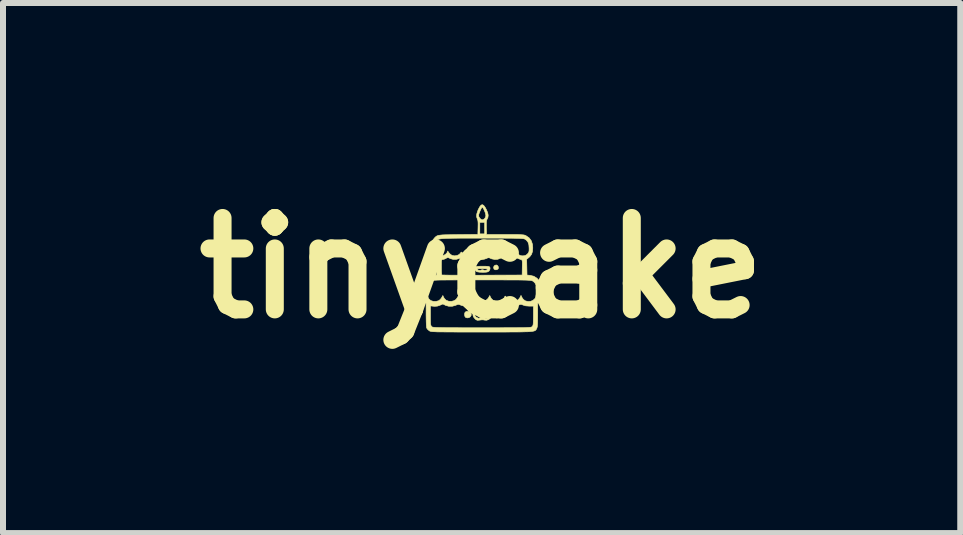
<source format=kicad_pcb>
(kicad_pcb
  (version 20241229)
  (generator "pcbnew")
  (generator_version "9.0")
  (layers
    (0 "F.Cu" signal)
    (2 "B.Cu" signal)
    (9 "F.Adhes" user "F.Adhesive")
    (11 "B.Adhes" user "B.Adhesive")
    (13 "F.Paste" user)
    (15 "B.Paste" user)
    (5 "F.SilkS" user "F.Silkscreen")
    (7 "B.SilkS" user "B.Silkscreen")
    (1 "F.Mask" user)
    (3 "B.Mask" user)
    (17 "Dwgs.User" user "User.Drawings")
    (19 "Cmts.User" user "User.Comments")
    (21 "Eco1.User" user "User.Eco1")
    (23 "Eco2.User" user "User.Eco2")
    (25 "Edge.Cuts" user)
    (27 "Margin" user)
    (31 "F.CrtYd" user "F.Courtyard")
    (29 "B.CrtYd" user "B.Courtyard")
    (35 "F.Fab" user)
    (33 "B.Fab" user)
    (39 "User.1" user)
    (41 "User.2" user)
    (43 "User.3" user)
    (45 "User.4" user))
  (footprint "tinycake"
    (layer "F.Cu")
    (at 4.978 1.418)
    (property "Reference" "tinycake" (at 0 0 0) (layer "F.SilkS") (effects (font (size 1.524 1.524) (thickness 0.3))))
    (attr through_hole)
    (fp_poly (pts (xy 0.265 -0.042) (xy 0.278 -0.022) (xy 0.28 0.001) (xy 0.275 0.015) (xy 0.253 0.028) (xy 0.228 0.029) (xy 0.208 0.018) (xy 0.205 0.013) (xy 0.2 -0.015) (xy 0.212 -0.038) (xy 0.237 -0.05) (xy 0.247 -0.051) (xy 0.265 -0.042)) (stroke (width 0.01) (type solid)) (fill yes) (layer "F.SilkS"))
    (fp_poly (pts (xy -0.22 0.723) (xy -0.194 0.733) (xy -0.189 0.737) (xy -0.173 0.763) (xy -0.174 0.79) (xy -0.188 0.812) (xy -0.211 0.827) (xy -0.24 0.831) (xy -0.267 0.822) (xy -0.279 0.805) (xy -0.284 0.777) (xy -0.281 0.75) (xy -0.272 0.734) (xy -0.25 0.723) (xy -0.22 0.723)) (stroke (width 0.01) (type solid)) (fill yes) (layer "F.SilkS"))
    (fp_poly (pts (xy -0.201 -0.046) (xy -0.181 -0.033) (xy -0.173 -0.012) (xy -0.179 0.012) (xy -0.185 0.018) (xy -0.204 0.028) (xy -0.229 0.03) (xy -0.247 0.024) (xy -0.247 0.024) (xy -0.252 0.009) (xy -0.254 -0.012) (xy -0.249 -0.035) (xy -0.232 -0.046) (xy -0.228 -0.047) (xy -0.201 -0.046)) (stroke (width 0.01) (type solid)) (fill yes) (layer "F.SilkS"))
    (fp_poly (pts (xy 0.292 0.734) (xy 0.298 0.74) (xy 0.312 0.767) (xy 0.31 0.794) (xy 0.296 0.816) (xy 0.273 0.829) (xy 0.245 0.831) (xy 0.219 0.82) (xy 0.205 0.798) (xy 0.201 0.769) (xy 0.21 0.741) (xy 0.213 0.737) (xy 0.236 0.724) (xy 0.265 0.723) (xy 0.292 0.734)) (stroke (width 0.01) (type solid)) (fill yes) (layer "F.SilkS"))
    (fp_poly (pts (xy 0.063 -0.03) (xy 0.098 -0.028) (xy 0.122 -0.025) (xy 0.126 -0.024) (xy 0.139 -0.01) (xy 0.141 0.014) (xy 0.131 0.039) (xy 0.122 0.051) (xy 0.108 0.061) (xy 0.09 0.067) (xy 0.061 0.07) (xy 0.018 0.071) (xy -0.036 0.069) (xy -0.072 0.063) (xy -0.088 0.056) (xy -0.106 0.036) (xy -0.113 0.021) (xy -0.074 0.021) (xy -0.071 0.025) (xy -0.049 0.038) (xy -0.02 0.039) (xy -0.001 0.031) (xy 0.02 0.029) (xy 0.031 0.033) (xy 0.05 0.038) (xy 0.074 0.037) (xy 0.094 0.03) (xy 0.102 0.02) (xy 0.092 0.015) (xy 0.066 0.012) (xy 0.027 0.01) (xy 0.009 0.01) (xy -0.035 0.011) (xy -0.061 0.012) (xy -0.073 0.015) (xy -0.074 0.021) (xy -0.113 0.021) (xy -0.117 0.011) (xy -0.117 -0.011) (xy -0.11 -0.022) (xy -0.094 -0.025) (xy -0.064 -0.028) (xy -0.024 -0.03) (xy 0.02 -0.03) (xy 0.063 -0.03)) (stroke (width 0.01) (type solid)) (fill yes) (layer "F.SilkS"))
    (fp_poly (pts (xy 0.07 0.747) (xy 0.113 0.748) (xy 0.141 0.749) (xy 0.158 0.752) (xy 0.167 0.757) (xy 0.171 0.764) (xy 0.171 0.765) (xy 0.168 0.801) (xy 0.15 0.833) (xy 0.121 0.857) (xy 0.085 0.87) (xy 0.057 0.869) (xy 0.027 0.864) (xy 0.000177 0.864) (xy -0.033 0.868) (xy -0.042 0.869) (xy -0.069 0.871) (xy -0.091 0.863) (xy -0.11 0.847) (xy -0.136 0.814) (xy -0.142 0.791) (xy -0.113 0.791) (xy -0.105 0.805) (xy -0.085 0.822) (xy -0.053 0.837) (xy -0.021 0.832) (xy -0.001 0.818) (xy 0.012 0.81) (xy 0.027 0.815) (xy 0.041 0.825) (xy 0.062 0.838) (xy 0.08 0.839) (xy 0.098 0.832) (xy 0.121 0.814) (xy 0.13 0.795) (xy 0.131 0.785) (xy 0.128 0.779) (xy 0.117 0.775) (xy 0.095 0.773) (xy 0.06 0.772) (xy 0.011 0.772) (xy -0.047 0.773) (xy -0.086 0.776) (xy -0.108 0.782) (xy -0.113 0.791) (xy -0.142 0.791) (xy -0.145 0.782) (xy -0.147 0.747) (xy 0.01 0.747) (xy 0.07 0.747)) (stroke (width 0.01) (type solid)) (fill yes) (layer "F.SilkS"))
    (fp_poly (pts (xy 0.036 -1.043) (xy 0.06 -1.01) (xy 0.079 -0.975) (xy 0.101 -0.923) (xy 0.11 -0.881) (xy 0.106 -0.845) (xy 0.094 -0.819) (xy 0.086 -0.803) (xy 0.081 -0.782) (xy 0.079 -0.752) (xy 0.079 -0.708) (xy 0.079 -0.674) (xy 0.083 -0.559) (xy 0.392 -0.559) (xy 0.481 -0.559) (xy 0.551 -0.558) (xy 0.606 -0.558) (xy 0.648 -0.556) (xy 0.679 -0.554) (xy 0.701 -0.552) (xy 0.718 -0.548) (xy 0.731 -0.543) (xy 0.74 -0.539) (xy 0.792 -0.503) (xy 0.828 -0.455) (xy 0.848 -0.395) (xy 0.853 -0.335) (xy 0.848 -0.275) (xy 0.832 -0.228) (xy 0.803 -0.189) (xy 0.788 -0.176) (xy 0.751 -0.146) (xy 0.757 0.117) (xy 0.808 0.122) (xy 0.87 0.137) (xy 0.922 0.169) (xy 0.96 0.212) (xy 0.973 0.231) (xy 0.981 0.248) (xy 0.987 0.267) (xy 0.989 0.294) (xy 0.99 0.331) (xy 0.991 0.38) (xy 0.99 0.433) (xy 0.989 0.47) (xy 0.986 0.496) (xy 0.981 0.515) (xy 0.972 0.533) (xy 0.963 0.547) (xy 0.935 0.589) (xy 0.935 0.783) (xy 0.934 0.855) (xy 0.933 0.91) (xy 0.931 0.95) (xy 0.928 0.978) (xy 0.923 0.998) (xy 0.919 1.006) (xy 0.914 1.017) (xy 0.909 1.026) (xy 0.903 1.034) (xy 0.894 1.041) (xy 0.882 1.047) (xy 0.865 1.052) (xy 0.842 1.056) (xy 0.811 1.059) (xy 0.771 1.062) (xy 0.722 1.063) (xy 0.66 1.065) (xy 0.586 1.066) (xy 0.498 1.066) (xy 0.395 1.067) (xy 0.275 1.067) (xy 0.138 1.067) (xy 0.003 1.067) (xy -0.147 1.067) (xy -0.279 1.067) (xy -0.392 1.067) (xy -0.49 1.066) (xy -0.572 1.066) (xy -0.641 1.065) (xy -0.697 1.065) (xy -0.743 1.064) (xy -0.779 1.062) (xy -0.807 1.061) (xy -0.828 1.059) (xy -0.843 1.057) (xy -0.854 1.054) (xy -0.862 1.051) (xy -0.869 1.048) (xy -0.871 1.046) (xy -0.896 1.026) (xy -0.913 1.003) (xy -0.915 1) (xy -0.918 0.982) (xy -0.921 0.947) (xy -0.923 0.899) (xy -0.924 0.843) (xy -0.925 0.781) (xy -0.925 0.631) (xy -0.853 0.631) (xy -0.853 0.793) (xy -0.853 0.855) (xy -0.852 0.899) (xy -0.851 0.93) (xy -0.847 0.95) (xy -0.842 0.963) (xy -0.835 0.973) (xy -0.833 0.975) (xy -0.829 0.979) (xy -0.824 0.982) (xy -0.816 0.985) (xy -0.804 0.987) (xy -0.788 0.989) (xy -0.764 0.991) (xy -0.733 0.992) (xy -0.692 0.993) (xy -0.641 0.994) (xy -0.578 0.995) (xy -0.502 0.995) (xy -0.411 0.995) (xy -0.305 0.996) (xy -0.181 0.996) (xy -0.038 0.996) (xy 0.005 0.996) (xy 0.153 0.996) (xy 0.282 0.996) (xy 0.394 0.995) (xy 0.489 0.995) (xy 0.569 0.995) (xy 0.635 0.994) (xy 0.689 0.994) (xy 0.733 0.993) (xy 0.766 0.991) (xy 0.792 0.99) (xy 0.81 0.988) (xy 0.823 0.986) (xy 0.832 0.983) (xy 0.838 0.98) (xy 0.842 0.976) (xy 0.843 0.975) (xy 0.851 0.966) (xy 0.856 0.954) (xy 0.86 0.936) (xy 0.862 0.908) (xy 0.863 0.867) (xy 0.864 0.81) (xy 0.864 0.795) (xy 0.864 0.635) (xy 0.795 0.635) (xy 0.734 0.63) (xy 0.691 0.617) (xy 0.667 0.607) (xy 0.65 0.605) (xy 0.629 0.613) (xy 0.615 0.62) (xy 0.56 0.637) (xy 0.5 0.637) (xy 0.442 0.621) (xy 0.439 0.62) (xy 0.412 0.609) (xy 0.393 0.606) (xy 0.373 0.611) (xy 0.353 0.62) (xy 0.292 0.637) (xy 0.228 0.636) (xy 0.175 0.62) (xy 0.149 0.609) (xy 0.131 0.606) (xy 0.111 0.611) (xy 0.085 0.621) (xy 0.025 0.637) (xy -0.038 0.634) (xy -0.092 0.616) (xy -0.115 0.606) (xy -0.133 0.605) (xy -0.155 0.613) (xy -0.168 0.62) (xy -0.222 0.637) (xy -0.282 0.637) (xy -0.34 0.621) (xy -0.343 0.62) (xy -0.37 0.609) (xy -0.389 0.606) (xy -0.409 0.611) (xy -0.429 0.62) (xy -0.488 0.637) (xy -0.548 0.637) (xy -0.603 0.621) (xy -0.605 0.62) (xy -0.645 0.599) (xy -0.696 0.621) (xy -0.738 0.635) (xy -0.78 0.638) (xy -0.8 0.637) (xy -0.853 0.631) (xy -0.925 0.631) (xy -0.925 0.589) (xy -0.953 0.547) (xy -0.966 0.525) (xy -0.974 0.503) (xy -0.979 0.477) (xy -0.982 0.439) (xy -0.984 0.403) (xy -0.984 0.381) (xy -0.904 0.381) (xy -0.902 0.442) (xy -0.893 0.486) (xy -0.877 0.517) (xy -0.852 0.539) (xy -0.846 0.543) (xy -0.804 0.556) (xy -0.758 0.556) (xy -0.716 0.545) (xy -0.711 0.542) (xy -0.686 0.521) (xy -0.665 0.493) (xy -0.664 0.491) (xy -0.646 0.458) (xy -0.633 0.488) (xy -0.616 0.514) (xy -0.591 0.537) (xy -0.587 0.539) (xy -0.547 0.554) (xy -0.503 0.556) (xy -0.46 0.545) (xy -0.425 0.523) (xy -0.403 0.491) (xy -0.401 0.486) (xy -0.391 0.47) (xy -0.381 0.469) (xy -0.376 0.482) (xy -0.369 0.496) (xy -0.351 0.517) (xy -0.34 0.527) (xy -0.31 0.549) (xy -0.279 0.558) (xy -0.261 0.559) (xy -0.211 0.55) (xy -0.169 0.526) (xy -0.141 0.489) (xy -0.141 0.488) (xy -0.125 0.456) (xy -0.112 0.488) (xy -0.087 0.525) (xy -0.051 0.548) (xy -0.009 0.558) (xy 0.035 0.554) (xy 0.075 0.537) (xy 0.108 0.507) (xy 0.118 0.491) (xy 0.136 0.458) (xy 0.149 0.488) (xy 0.166 0.514) (xy 0.192 0.537) (xy 0.195 0.539) (xy 0.236 0.554) (xy 0.28 0.556) (xy 0.322 0.545) (xy 0.357 0.523) (xy 0.38 0.491) (xy 0.382 0.486) (xy 0.391 0.47) (xy 0.402 0.469) (xy 0.406 0.482) (xy 0.414 0.496) (xy 0.432 0.517) (xy 0.442 0.527) (xy 0.473 0.549) (xy 0.503 0.558) (xy 0.521 0.559) (xy 0.571 0.55) (xy 0.613 0.526) (xy 0.642 0.489) (xy 0.642 0.488) (xy 0.657 0.456) (xy 0.671 0.488) (xy 0.696 0.524) (xy 0.731 0.548) (xy 0.774 0.558) (xy 0.817 0.555) (xy 0.858 0.538) (xy 0.891 0.507) (xy 0.898 0.497) (xy 0.907 0.473) (xy 0.913 0.435) (xy 0.914 0.382) (xy 0.914 0.381) (xy 0.912 0.322) (xy 0.904 0.278) (xy 0.888 0.247) (xy 0.864 0.224) (xy 0.851 0.216) (xy 0.844 0.213) (xy 0.835 0.21) (xy 0.822 0.208) (xy 0.805 0.205) (xy 0.781 0.204) (xy 0.75 0.202) (xy 0.71 0.201) (xy 0.66 0.2) (xy 0.598 0.199) (xy 0.523 0.199) (xy 0.434 0.199) (xy 0.329 0.198) (xy 0.207 0.198) (xy 0.067 0.198) (xy 0 0.198) (xy -0.148 0.198) (xy -0.277 0.198) (xy -0.389 0.198) (xy -0.484 0.199) (xy -0.565 0.199) (xy -0.632 0.2) (xy -0.686 0.2) (xy -0.73 0.201) (xy -0.765 0.203) (xy -0.791 0.204) (xy -0.81 0.206) (xy -0.824 0.208) (xy -0.834 0.211) (xy -0.841 0.214) (xy -0.846 0.217) (xy -0.873 0.24) (xy -0.89 0.269) (xy -0.9 0.308) (xy -0.904 0.361) (xy -0.904 0.381) (xy -0.984 0.381) (xy -0.984 0.335) (xy -0.979 0.282) (xy -0.968 0.241) (xy -0.949 0.207) (xy -0.938 0.193) (xy -0.894 0.154) (xy -0.838 0.13) (xy -0.798 0.122) (xy -0.747 0.117) (xy -0.744 -0.014) (xy -0.744 -0.017) (xy -0.671 -0.017) (xy -0.67 0.032) (xy -0.669 0.073) (xy -0.666 0.102) (xy -0.664 0.115) (xy -0.664 0.115) (xy -0.653 0.116) (xy -0.623 0.117) (xy -0.576 0.118) (xy -0.515 0.119) (xy -0.439 0.119) (xy -0.352 0.12) (xy -0.255 0.12) (xy -0.149 0.12) (xy -0.037 0.12) (xy 0.009 0.119) (xy 0.676 0.117) (xy 0.678 -0.008) (xy 0.679 -0.06) (xy 0.679 -0.096) (xy 0.677 -0.119) (xy 0.673 -0.131) (xy 0.667 -0.137) (xy 0.663 -0.138) (xy 0.642 -0.146) (xy 0.613 -0.157) (xy 0.607 -0.16) (xy 0.58 -0.17) (xy 0.56 -0.17) (xy 0.536 -0.161) (xy 0.533 -0.159) (xy 0.482 -0.145) (xy 0.428 -0.145) (xy 0.379 -0.159) (xy 0.376 -0.161) (xy 0.352 -0.173) (xy 0.336 -0.174) (xy 0.318 -0.166) (xy 0.31 -0.161) (xy 0.269 -0.146) (xy 0.22 -0.143) (xy 0.172 -0.152) (xy 0.152 -0.16) (xy 0.128 -0.171) (xy 0.11 -0.172) (xy 0.088 -0.163) (xy 0.082 -0.16) (xy 0.047 -0.148) (xy 0.009 -0.142) (xy 0.005 -0.142) (xy -0.032 -0.147) (xy -0.068 -0.158) (xy -0.072 -0.16) (xy -0.096 -0.171) (xy -0.114 -0.172) (xy -0.136 -0.163) (xy -0.142 -0.16) (xy -0.193 -0.145) (xy -0.248 -0.145) (xy -0.299 -0.159) (xy -0.325 -0.17) (xy -0.343 -0.17) (xy -0.367 -0.161) (xy -0.371 -0.159) (xy -0.422 -0.145) (xy -0.476 -0.145) (xy -0.525 -0.159) (xy -0.528 -0.161) (xy -0.552 -0.173) (xy -0.568 -0.174) (xy -0.586 -0.166) (xy -0.594 -0.161) (xy -0.622 -0.148) (xy -0.647 -0.142) (xy -0.648 -0.142) (xy -0.657 -0.142) (xy -0.664 -0.137) (xy -0.668 -0.126) (xy -0.67 -0.104) (xy -0.67 -0.068) (xy -0.671 -0.017) (xy -0.744 -0.017) (xy -0.741 -0.145) (xy -0.781 -0.179) (xy -0.811 -0.209) (xy -0.83 -0.241) (xy -0.84 -0.279) (xy -0.843 -0.33) (xy -0.843 -0.332) (xy -0.782 -0.332) (xy -0.781 -0.294) (xy -0.778 -0.269) (xy -0.769 -0.251) (xy -0.753 -0.233) (xy -0.753 -0.233) (xy -0.715 -0.209) (xy -0.672 -0.202) (xy -0.629 -0.212) (xy -0.6 -0.23) (xy -0.58 -0.25) (xy -0.569 -0.269) (xy -0.568 -0.273) (xy -0.566 -0.283) (xy -0.559 -0.276) (xy -0.556 -0.27) (xy -0.54 -0.249) (xy -0.519 -0.227) (xy -0.487 -0.208) (xy -0.448 -0.203) (xy -0.408 -0.209) (xy -0.373 -0.226) (xy -0.348 -0.253) (xy -0.344 -0.263) (xy -0.335 -0.266) (xy -0.315 -0.251) (xy -0.303 -0.24) (xy -0.276 -0.217) (xy -0.252 -0.206) (xy -0.224 -0.203) (xy -0.18 -0.208) (xy -0.148 -0.224) (xy -0.122 -0.255) (xy -0.121 -0.257) (xy -0.108 -0.275) (xy -0.102 -0.276) (xy -0.102 -0.273) (xy -0.093 -0.25) (xy -0.069 -0.228) (xy -0.038 -0.211) (xy -0.004 -0.203) (xy 0.001 -0.203) (xy 0.046 -0.208) (xy 0.077 -0.226) (xy 0.101 -0.256) (xy 0.114 -0.275) (xy 0.121 -0.278) (xy 0.126 -0.267) (xy 0.127 -0.265) (xy 0.146 -0.234) (xy 0.179 -0.213) (xy 0.218 -0.204) (xy 0.26 -0.207) (xy 0.298 -0.224) (xy 0.304 -0.23) (xy 0.324 -0.25) (xy 0.335 -0.269) (xy 0.336 -0.273) (xy 0.338 -0.283) (xy 0.345 -0.276) (xy 0.349 -0.27) (xy 0.382 -0.229) (xy 0.421 -0.207) (xy 0.449 -0.203) (xy 0.479 -0.207) (xy 0.51 -0.215) (xy 0.535 -0.227) (xy 0.548 -0.239) (xy 0.549 -0.242) (xy 0.554 -0.256) (xy 0.557 -0.262) (xy 0.566 -0.267) (xy 0.582 -0.258) (xy 0.602 -0.239) (xy 0.628 -0.217) (xy 0.651 -0.206) (xy 0.682 -0.203) (xy 0.686 -0.203) (xy 0.72 -0.206) (xy 0.744 -0.217) (xy 0.763 -0.233) (xy 0.779 -0.251) (xy 0.788 -0.27) (xy 0.792 -0.295) (xy 0.792 -0.33) (xy 0.788 -0.388) (xy 0.773 -0.432) (xy 0.747 -0.464) (xy 0.728 -0.478) (xy 0.721 -0.482) (xy 0.713 -0.485) (xy 0.702 -0.488) (xy 0.687 -0.49) (xy 0.666 -0.492) (xy 0.637 -0.494) (xy 0.6 -0.495) (xy 0.553 -0.496) (xy 0.494 -0.497) (xy 0.422 -0.497) (xy 0.335 -0.498) (xy 0.232 -0.498) (xy 0.111 -0.498) (xy 0.007 -0.498) (xy -0.132 -0.498) (xy -0.253 -0.498) (xy -0.356 -0.498) (xy -0.443 -0.497) (xy -0.515 -0.496) (xy -0.574 -0.495) (xy -0.622 -0.493) (xy -0.66 -0.49) (xy -0.689 -0.486) (xy -0.71 -0.481) (xy -0.726 -0.475) (xy -0.738 -0.468) (xy -0.746 -0.459) (xy -0.753 -0.449) (xy -0.76 -0.438) (xy -0.762 -0.434) (xy -0.775 -0.405) (xy -0.781 -0.366) (xy -0.782 -0.332) (xy -0.843 -0.332) (xy -0.842 -0.354) (xy -0.839 -0.397) (xy -0.834 -0.426) (xy -0.825 -0.448) (xy -0.811 -0.469) (xy -0.807 -0.473) (xy -0.79 -0.495) (xy -0.775 -0.512) (xy -0.76 -0.525) (xy -0.743 -0.536) (xy -0.721 -0.543) (xy -0.692 -0.548) (xy -0.654 -0.552) (xy -0.604 -0.554) (xy -0.541 -0.555) (xy -0.46 -0.556) (xy -0.391 -0.557) (xy -0.062 -0.56) (xy -0.059 -0.677) (xy -0.058 -0.734) (xy -0.059 -0.762) (xy -0.03 -0.762) (xy -0.03 -0.569) (xy 0.051 -0.569) (xy 0.051 -0.762) (xy -0.03 -0.762) (xy -0.059 -0.762) (xy -0.06 -0.774) (xy -0.064 -0.8) (xy -0.07 -0.815) (xy -0.083 -0.852) (xy -0.082 -0.876) (xy -0.051 -0.876) (xy -0.044 -0.851) (xy -0.026 -0.826) (xy -0.005 -0.808) (xy 0.011 -0.803) (xy 0.032 -0.81) (xy 0.051 -0.823) (xy 0.067 -0.851) (xy 0.071 -0.877) (xy 0.067 -0.9) (xy 0.058 -0.931) (xy 0.044 -0.964) (xy 0.03 -0.993) (xy 0.017 -1.012) (xy 0.011 -1.016) (xy 0.002 -1.007) (xy -0.01 -0.985) (xy -0.024 -0.955) (xy -0.037 -0.923) (xy -0.047 -0.895) (xy -0.051 -0.876) (xy -0.082 -0.876) (xy -0.081 -0.9) (xy -0.062 -0.959) (xy -0.054 -0.978) (xy -0.029 -1.024) (xy -0.007 -1.05) (xy 0.014 -1.056) (xy 0.036 -1.043)) (stroke (width 0.01) (type solid)) (fill yes) (layer "F.SilkS")))
  (gr_rect
    (start -3 -3)
    (end 12.957 5.836)
    (stroke (width 0.1) (type default))
    (fill no)
    (layer "Edge.Cuts")))
</source>
